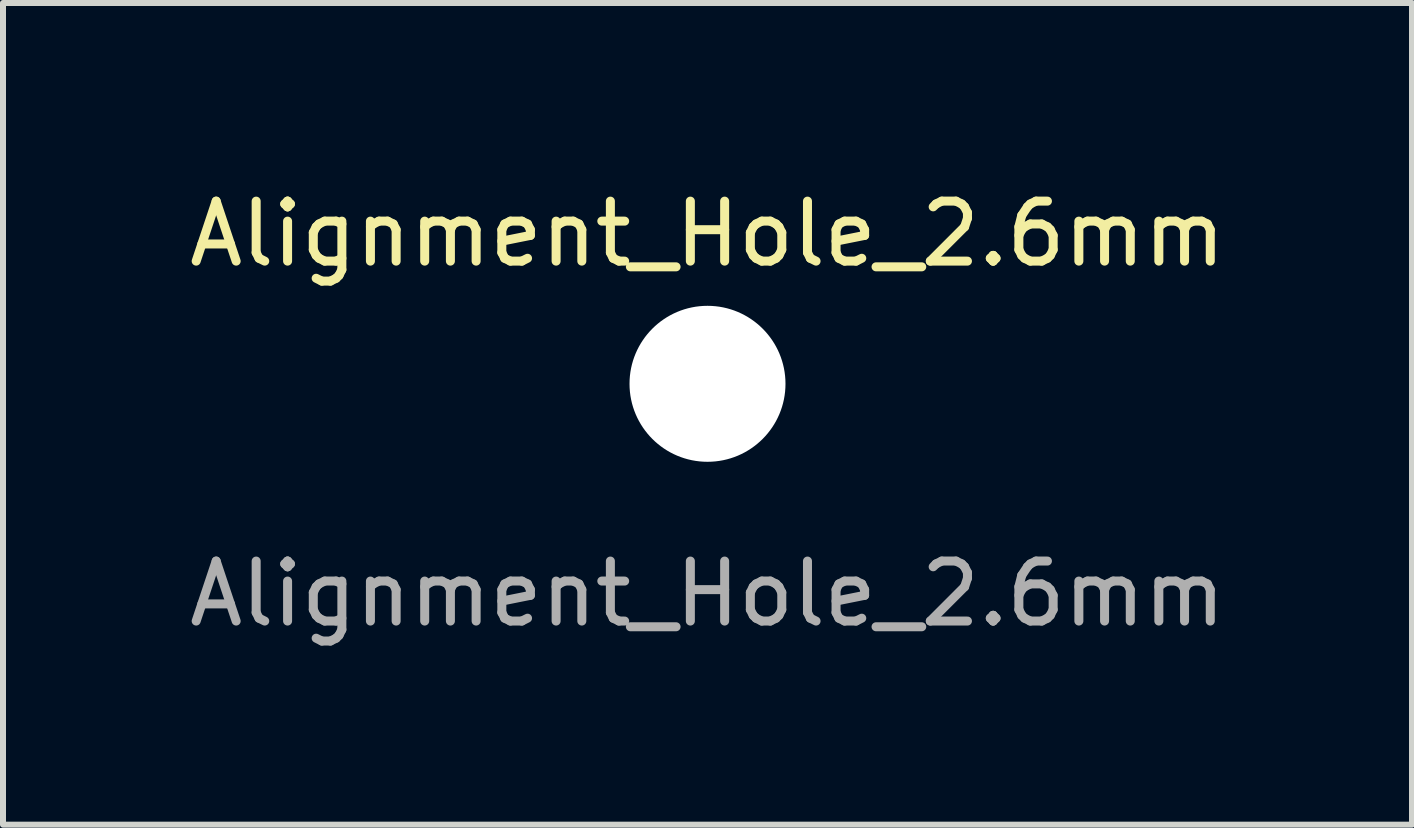
<source format=kicad_pcb>
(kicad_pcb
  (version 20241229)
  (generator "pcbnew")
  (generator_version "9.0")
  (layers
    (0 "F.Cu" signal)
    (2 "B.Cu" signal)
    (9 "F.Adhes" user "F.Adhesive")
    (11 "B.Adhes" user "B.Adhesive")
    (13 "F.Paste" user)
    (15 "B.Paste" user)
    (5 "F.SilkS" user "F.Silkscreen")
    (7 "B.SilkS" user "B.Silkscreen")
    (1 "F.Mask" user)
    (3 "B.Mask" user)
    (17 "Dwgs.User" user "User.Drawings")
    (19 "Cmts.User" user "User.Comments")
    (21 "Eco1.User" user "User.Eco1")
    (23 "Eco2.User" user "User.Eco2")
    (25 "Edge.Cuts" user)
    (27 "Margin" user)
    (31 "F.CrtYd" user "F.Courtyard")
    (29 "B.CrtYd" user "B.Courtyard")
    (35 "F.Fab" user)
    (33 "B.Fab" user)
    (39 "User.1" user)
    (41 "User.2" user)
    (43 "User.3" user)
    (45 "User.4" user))
  (footprint "Alignment_Hole_2.6mm"
    (layer "F.Cu")
    (at 8.744 3.348)
    (property "Reference" "Alignment_Hole_2.6mm" (at 0 -2.5 0) (unlocked yes) (layer "F.SilkS") (effects (font (size 1 1) (thickness 0.15))))
    (attr board_only exclude_from_bom)
    (fp_text user "${REFERENCE}" (at 0 3.5 0) (unlocked yes) (layer "F.Fab") (effects (font (size 1 1) (thickness 0.15))))
    (pad "" np_thru_hole circle (at 0 0) (size 2.6 2.6) (drill 2.6) (layers "*.Cu" "*.Paste" "*.Mask")))
  (gr_rect
    (start -3 -3)
    (end 20.488 10.697)
    (stroke (width 0.1) (type default))
    (fill no)
    (layer "Edge.Cuts")))
</source>
